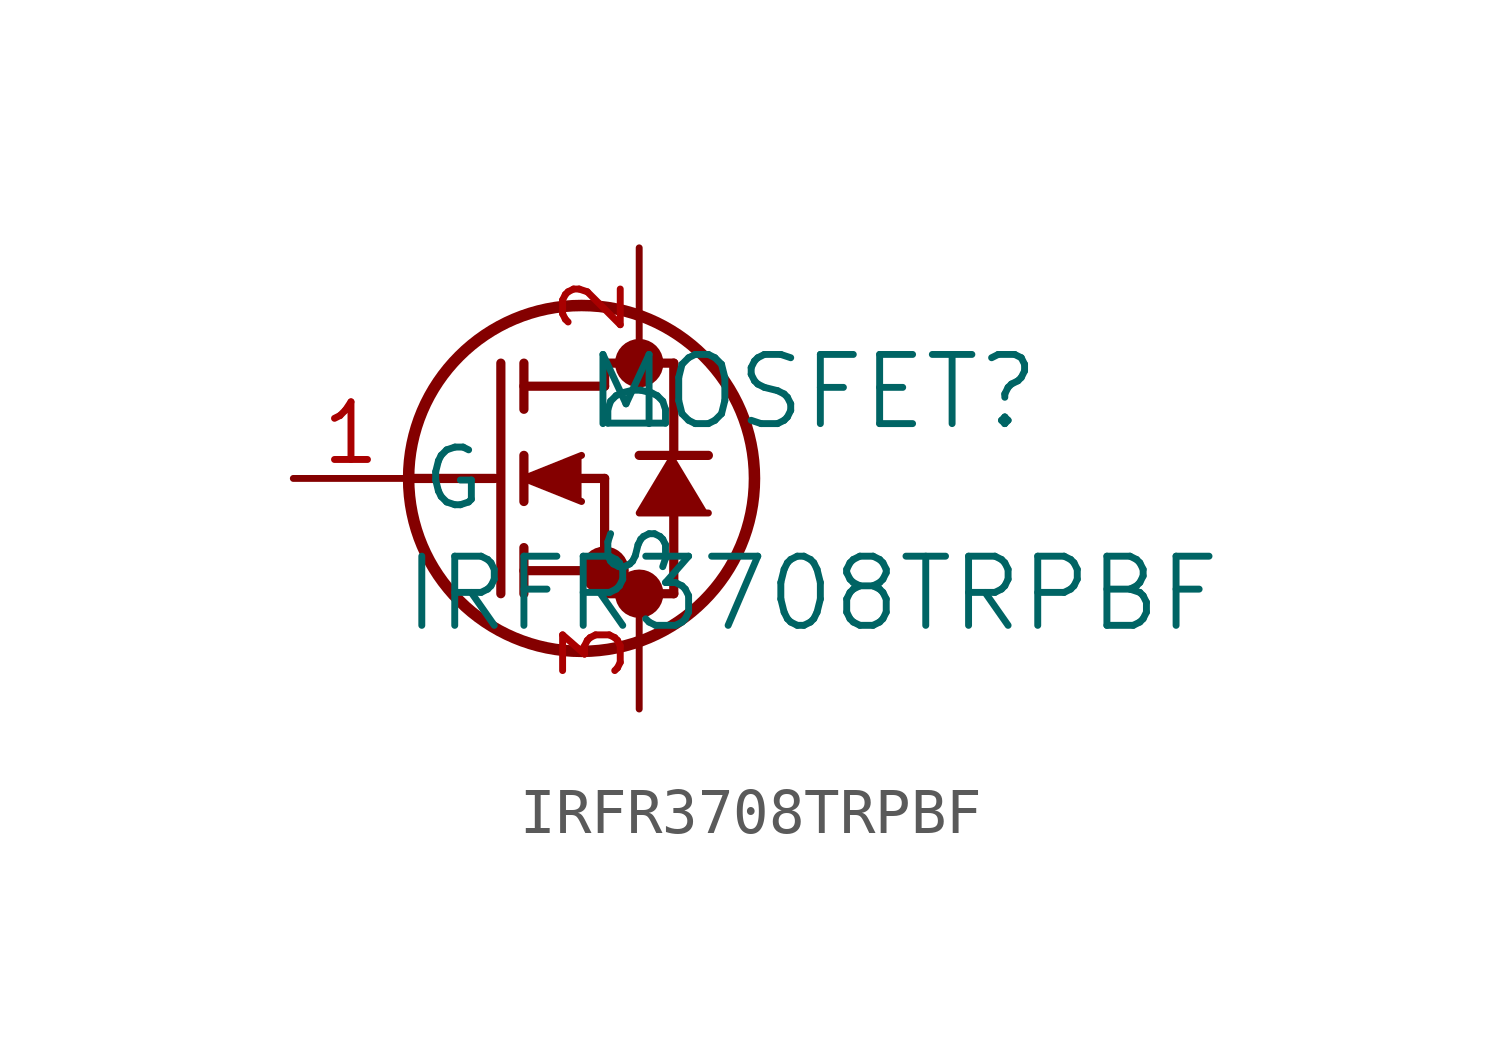
<source format=kicad_sym>
(kicad_symbol_lib
  (version 20211014)
  (generator kicad_symbol_editor)
  (symbol "IRFR3708TRPBF"
    (pin_names
      (offset 0.254))
    (property "Reference" "MOSFET"
      (at 11.43 1.905 0)
      (effects (font (size 1.524 1.524))))
    (property "Value" "IRFR3708TRPBF"
      (at 11.43 -2.54 0)
      (effects (font (size 1.524 1.524))))
    (symbol "IRFR3708TRPBF_0_1"
      (circle (center 7.62 2.54) (radius 0.025) (stroke (width 0.508) (type default) (color 0 0 0 0)) (fill (type none)))
      (circle (center 7.62 -2.54) (radius 0.025) (stroke (width 0.508) (type default) (color 0 0 0 0)) (fill (type none)))
      (circle (center 6.858 -2.032) (radius 0.025) (stroke (width 0.508) (type default) (color 0 0 0 0)) (fill (type none)))
      (circle (center 6.35 0) (radius 3.81) (stroke (width 0.254) (type default) (color 0 0 0 0)) (fill (type none)))
      (polyline (pts (xy 2.54 0) (xy 4.445 0)) (stroke (width 0.203) (type default) (color 0 0 0 0)) (fill (type none)))
      (polyline (pts (xy 4.572 -2.54) (xy 4.572 2.54)) (stroke (width 0.203) (type default) (color 0 0 0 0)) (fill (type none)))
      (polyline (pts (xy 5.08 -0.508) (xy 5.08 0.508)) (stroke (width 0.203) (type default) (color 0 0 0 0)) (fill (type none)))
      (polyline (pts (xy 5.08 -2.54) (xy 5.08 -1.524)) (stroke (width 0.203) (type default) (color 0 0 0 0)) (fill (type none)))
      (polyline (pts (xy 5.08 1.524) (xy 5.08 2.54)) (stroke (width 0.203) (type default) (color 0 0 0 0)) (fill (type none)))
      (polyline (pts (xy 6.35 0) (xy 6.858 0)) (stroke (width 0.203) (type default) (color 0 0 0 0)) (fill (type none)))
      (polyline (pts (xy 5.08 -2.032) (xy 6.858 -2.032)) (stroke (width 0.203) (type default) (color 0 0 0 0)) (fill (type none)))
      (polyline (pts (xy 6.858 -2.54) (xy 6.858 0)) (stroke (width 0.203) (type default) (color 0 0 0 0)) (fill (type none)))
      (polyline (pts (xy 6.858 -2.54) (xy 8.382 -2.54)) (stroke (width 0.203) (type default) (color 0 0 0 0)) (fill (type none)))
      (polyline (pts (xy 5.08 2.032) (xy 6.858 2.032)) (stroke (width 0.203) (type default) (color 0 0 0 0)) (fill (type none)))
      (polyline (pts (xy 8.382 0.508) (xy 8.382 2.54)) (stroke (width 0.203) (type default) (color 0 0 0 0)) (fill (type none)))
      (polyline (pts (xy 6.35 0.508) (xy 5.08 0) (xy 6.35 -0.508)) (stroke (width 0) (type default) (color 0 0 0 0)) (fill (type outline)))
      (polyline (pts (xy 9.144 -0.762) (xy 7.62 -0.762) (xy 8.382 0.508)) (stroke (width 0) (type default) (color 0 0 0 0)) (fill (type outline)))
      (polyline (pts (xy 8.382 -2.54) (xy 8.382 -0.762)) (stroke (width 0.203) (type default) (color 0 0 0 0)) (fill (type none)))
      (polyline (pts (xy 9.144 0.508) (xy 7.62 0.508)) (stroke (width 0.203) (type default) (color 0 0 0 0)) (fill (type none)))
      (polyline (pts (xy 6.858 2.54) (xy 8.382 2.54)) (stroke (width 0.203) (type default) (color 0 0 0 0)) (fill (type none)))
      (polyline (pts (xy 6.858 2.032) (xy 6.858 2.54)) (stroke (width 0.203) (type default) (color 0 0 0 0)) (fill (type none)))
      (pin unspecified line (at 0 0 0) (length 2.54) (name "G" (effects (font (size 1.27 1.27)))) (number "1" (effects (font (size 1.27 1.27)))))
      (pin unspecified line (at 7.62 5.08 270) (length 2.54) (name "D" (effects (font (size 1.27 1.27)))) (number "2" (effects (font (size 1.27 1.27)))))
      (pin unspecified line (at 7.62 -5.08 90) (length 2.54) (name "S" (effects (font (size 1.27 1.27)))) (number "3" (effects (font (size 1.27 1.27))))))))
</source>
